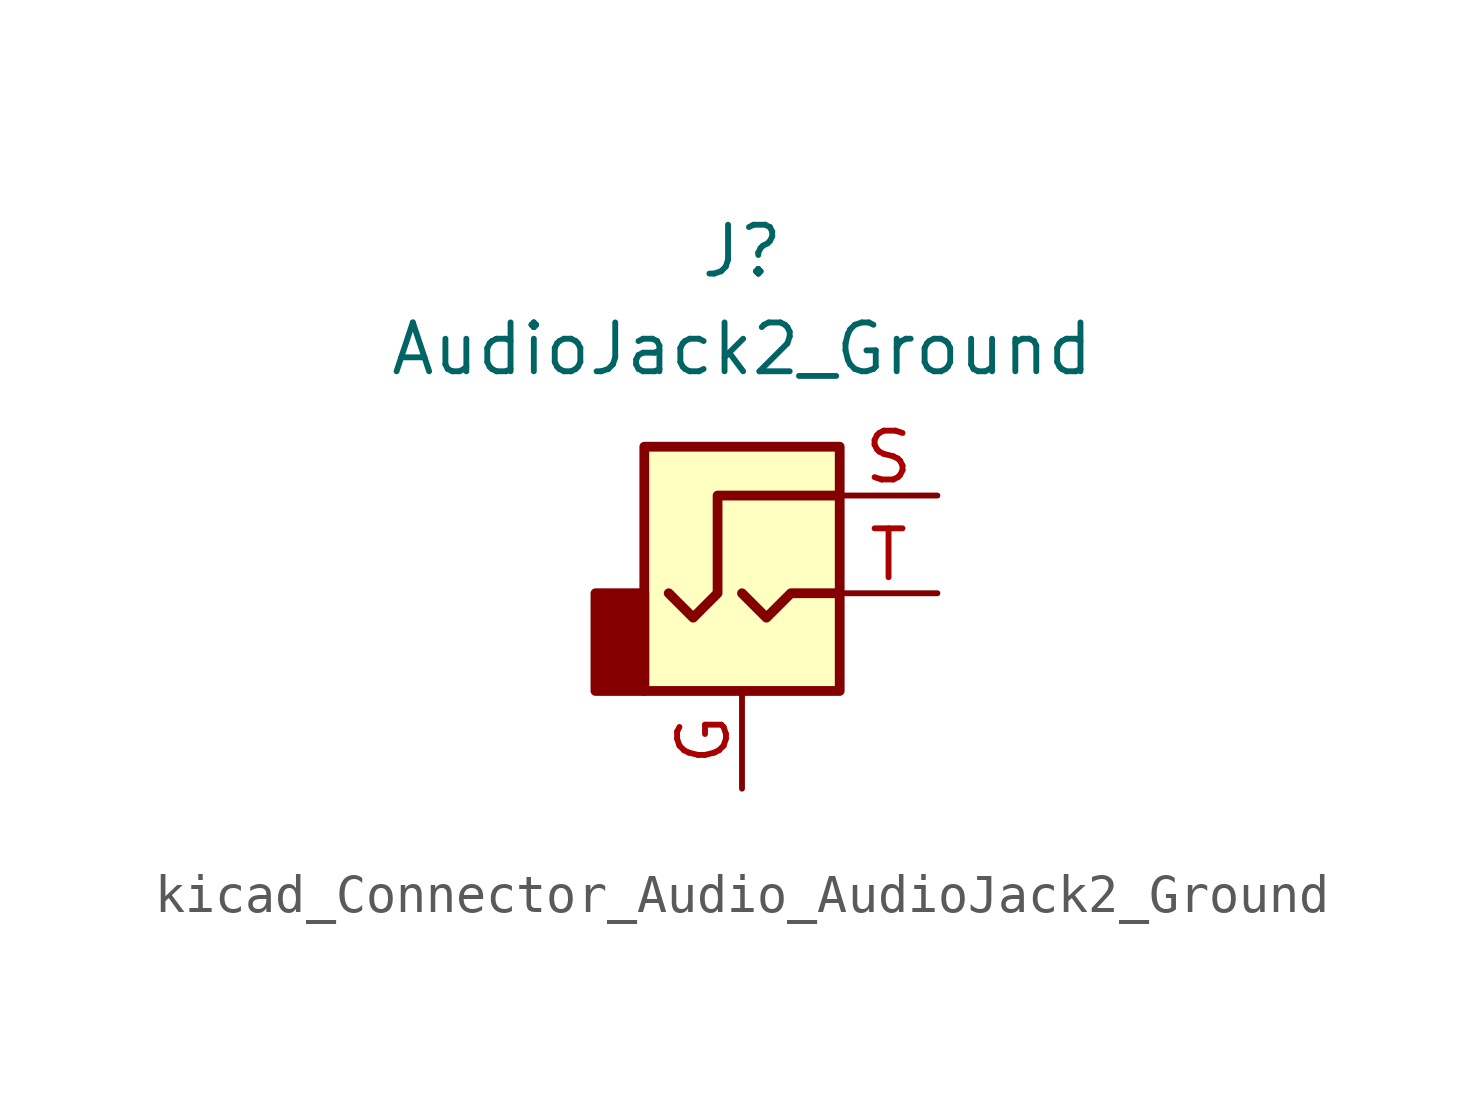
<source format=kicad_sym>
(kicad_symbol_lib
  (version 20220914)
  (generator kicad_symbol_editor)
  (symbol "kicad_Connector_Audio_AudioJack2_Ground"
    (property "Reference" "J"
      (at 0 8.89 0)
      (effects (font (size 1.27 1.27))))
    (property "Value" "AudioJack2_Ground"
      (at 0 6.35 0)
      (effects (font (size 1.27 1.27))))
    (symbol "kicad_Connector_Audio_AudioJack2_Ground_0_1"
      (rectangle (start -2.54 -2.54) (end -3.81 0) (stroke (width 0.254) (type default)) (fill (type outline)))
      (polyline (pts (xy 0 0) (xy 0.635 -0.635) (xy 1.27 0) (xy 2.54 0)) (stroke (width 0.254) (type default)) (fill (type none)))
      (polyline (pts (xy 2.54 2.54) (xy -0.635 2.54) (xy -0.635 0) (xy -1.27 -0.635) (xy -1.905 0)) (stroke (width 0.254) (type default)) (fill (type none)))
      (rectangle (start 2.54 3.81) (end -2.54 -2.54) (stroke (width 0.254) (type default)) (fill (type background))))
    (symbol "kicad_Connector_Audio_AudioJack2_Ground_1_1"
      (pin passive line (at 0 -5.08 90) (length 2.54) (name "~" (effects (font (size 1.27 1.27)))) (number "G" (effects (font (size 1.27 1.27)))))
      (pin passive line (at 5.08 2.54 180) (length 2.54) (name "~" (effects (font (size 1.27 1.27)))) (number "S" (effects (font (size 1.27 1.27)))))
      (pin passive line (at 5.08 0 180) (length 2.54) (name "~" (effects (font (size 1.27 1.27)))) (number "T" (effects (font (size 1.27 1.27))))))))
</source>
